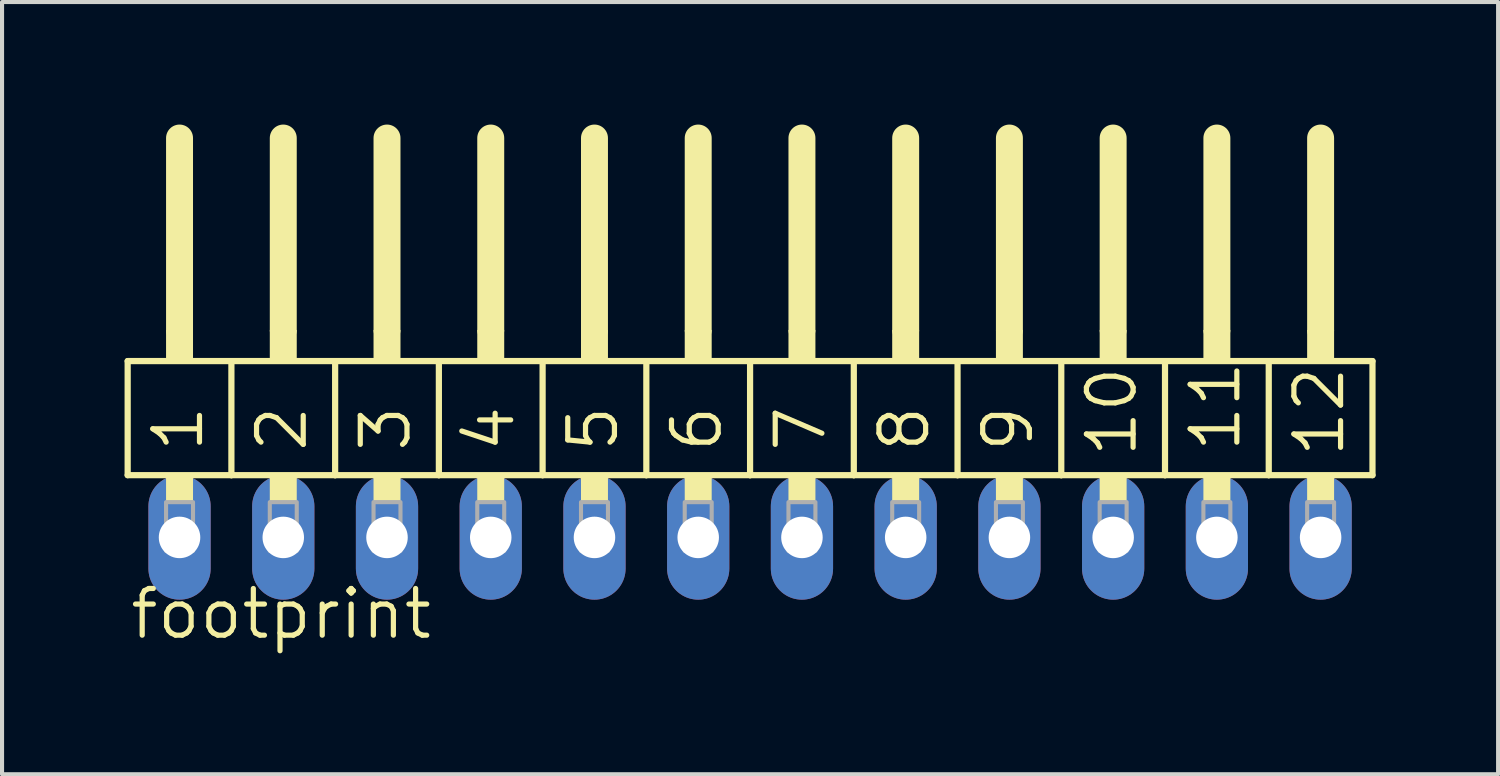
<source format=kicad_pcb>
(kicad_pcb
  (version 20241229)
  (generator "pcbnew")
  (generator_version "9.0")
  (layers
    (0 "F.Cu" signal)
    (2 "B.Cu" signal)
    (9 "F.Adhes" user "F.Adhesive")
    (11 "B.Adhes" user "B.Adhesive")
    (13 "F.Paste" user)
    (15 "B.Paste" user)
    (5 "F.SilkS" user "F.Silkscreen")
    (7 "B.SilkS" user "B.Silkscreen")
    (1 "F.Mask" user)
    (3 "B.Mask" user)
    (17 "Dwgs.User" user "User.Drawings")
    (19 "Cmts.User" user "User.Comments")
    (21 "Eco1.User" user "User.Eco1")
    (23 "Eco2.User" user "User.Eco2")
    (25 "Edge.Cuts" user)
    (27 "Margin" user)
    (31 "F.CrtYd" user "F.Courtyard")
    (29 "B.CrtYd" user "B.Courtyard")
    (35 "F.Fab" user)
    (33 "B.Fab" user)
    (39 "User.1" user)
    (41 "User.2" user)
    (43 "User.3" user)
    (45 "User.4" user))
  (footprint "footprint"
    (layer "F.Cu")
    (at 15.316 10.109)
    (property "Reference" "footprint" (at -15.24 2.54 0) (layer "F.SilkS") (effects (font (size 1.143 1.143) (thickness 0.127)) (justify left bottom)))
    (fp_line (start -15.24 -4.318) (end -12.7 -4.318) (stroke (width 0.152) (type solid)) (layer "F.SilkS"))
    (fp_line (start -15.24 -1.524) (end -15.24 -4.318) (stroke (width 0.152) (type solid)) (layer "F.SilkS"))
    (fp_line (start -13.97 -5.08) (end -13.97 -9.779) (stroke (width 0.66) (type solid)) (layer "F.SilkS"))
    (fp_line (start -12.7 -4.318) (end -10.16 -4.318) (stroke (width 0.152) (type solid)) (layer "F.SilkS"))
    (fp_line (start -12.7 -1.524) (end -15.24 -1.524) (stroke (width 0.152) (type solid)) (layer "F.SilkS"))
    (fp_line (start -12.7 -1.524) (end -12.7 -4.318) (stroke (width 0.152) (type solid)) (layer "F.SilkS"))
    (fp_line (start -12.7 -1.524) (end -10.16 -1.524) (stroke (width 0.152) (type solid)) (layer "F.SilkS"))
    (fp_line (start -11.43 -5.08) (end -11.43 -9.779) (stroke (width 0.66) (type solid)) (layer "F.SilkS"))
    (fp_line (start -10.16 -4.318) (end -7.62 -4.318) (stroke (width 0.152) (type solid)) (layer "F.SilkS"))
    (fp_line (start -10.16 -1.524) (end -10.16 -4.318) (stroke (width 0.152) (type solid)) (layer "F.SilkS"))
    (fp_line (start -8.89 -5.08) (end -8.89 -9.779) (stroke (width 0.66) (type solid)) (layer "F.SilkS"))
    (fp_line (start -7.62 -4.318) (end -5.08 -4.318) (stroke (width 0.152) (type solid)) (layer "F.SilkS"))
    (fp_line (start -7.62 -1.524) (end -10.16 -1.524) (stroke (width 0.152) (type solid)) (layer "F.SilkS"))
    (fp_line (start -7.62 -1.524) (end -7.62 -4.318) (stroke (width 0.152) (type solid)) (layer "F.SilkS"))
    (fp_line (start -6.35 -5.08) (end -6.35 -9.779) (stroke (width 0.66) (type solid)) (layer "F.SilkS"))
    (fp_line (start -5.08 -4.318) (end -2.54 -4.318) (stroke (width 0.152) (type solid)) (layer "F.SilkS"))
    (fp_line (start -5.08 -1.524) (end -7.62 -1.524) (stroke (width 0.152) (type solid)) (layer "F.SilkS"))
    (fp_line (start -5.08 -1.524) (end -5.08 -4.318) (stroke (width 0.152) (type solid)) (layer "F.SilkS"))
    (fp_line (start -3.81 -5.08) (end -3.81 -9.779) (stroke (width 0.66) (type solid)) (layer "F.SilkS"))
    (fp_line (start -2.54 -4.318) (end 0 -4.318) (stroke (width 0.152) (type solid)) (layer "F.SilkS"))
    (fp_line (start -2.54 -1.524) (end -5.08 -1.524) (stroke (width 0.152) (type solid)) (layer "F.SilkS"))
    (fp_line (start -2.54 -1.524) (end -2.54 -4.318) (stroke (width 0.152) (type solid)) (layer "F.SilkS"))
    (fp_line (start -1.27 -5.08) (end -1.27 -9.779) (stroke (width 0.66) (type solid)) (layer "F.SilkS"))
    (fp_line (start 0 -4.318) (end 2.54 -4.318) (stroke (width 0.152) (type solid)) (layer "F.SilkS"))
    (fp_line (start 0 -1.524) (end -2.54 -1.524) (stroke (width 0.152) (type solid)) (layer "F.SilkS"))
    (fp_line (start 0 -1.524) (end 0 -4.318) (stroke (width 0.152) (type solid)) (layer "F.SilkS"))
    (fp_line (start 0 -1.524) (end 2.54 -1.524) (stroke (width 0.152) (type solid)) (layer "F.SilkS"))
    (fp_line (start 1.27 -5.08) (end 1.27 -9.779) (stroke (width 0.66) (type solid)) (layer "F.SilkS"))
    (fp_line (start 2.54 -4.318) (end 5.08 -4.318) (stroke (width 0.152) (type solid)) (layer "F.SilkS"))
    (fp_line (start 2.54 -1.524) (end 2.54 -4.318) (stroke (width 0.152) (type solid)) (layer "F.SilkS"))
    (fp_line (start 3.81 -5.08) (end 3.81 -9.779) (stroke (width 0.66) (type solid)) (layer "F.SilkS"))
    (fp_line (start 5.08 -4.318) (end 7.62 -4.318) (stroke (width 0.152) (type solid)) (layer "F.SilkS"))
    (fp_line (start 5.08 -1.524) (end 2.54 -1.524) (stroke (width 0.152) (type solid)) (layer "F.SilkS"))
    (fp_line (start 5.08 -1.524) (end 5.08 -4.318) (stroke (width 0.152) (type solid)) (layer "F.SilkS"))
    (fp_line (start 6.35 -5.08) (end 6.35 -9.779) (stroke (width 0.66) (type solid)) (layer "F.SilkS"))
    (fp_line (start 7.62 -4.318) (end 10.16 -4.318) (stroke (width 0.152) (type solid)) (layer "F.SilkS"))
    (fp_line (start 7.62 -1.524) (end 5.08 -1.524) (stroke (width 0.152) (type solid)) (layer "F.SilkS"))
    (fp_line (start 7.62 -1.524) (end 7.62 -4.318) (stroke (width 0.152) (type solid)) (layer "F.SilkS"))
    (fp_line (start 8.89 -5.08) (end 8.89 -9.779) (stroke (width 0.66) (type solid)) (layer "F.SilkS"))
    (fp_line (start 10.16 -4.318) (end 12.7 -4.318) (stroke (width 0.152) (type solid)) (layer "F.SilkS"))
    (fp_line (start 10.16 -1.524) (end 7.62 -1.524) (stroke (width 0.152) (type solid)) (layer "F.SilkS"))
    (fp_line (start 10.16 -1.524) (end 10.16 -4.318) (stroke (width 0.152) (type solid)) (layer "F.SilkS"))
    (fp_line (start 11.43 -5.08) (end 11.43 -9.779) (stroke (width 0.66) (type solid)) (layer "F.SilkS"))
    (fp_line (start 12.7 -4.318) (end 15.24 -4.318) (stroke (width 0.152) (type solid)) (layer "F.SilkS"))
    (fp_line (start 12.7 -1.524) (end 10.16 -1.524) (stroke (width 0.152) (type solid)) (layer "F.SilkS"))
    (fp_line (start 12.7 -1.524) (end 12.7 -4.318) (stroke (width 0.152) (type solid)) (layer "F.SilkS"))
    (fp_line (start 12.7 -1.524) (end 15.24 -1.524) (stroke (width 0.152) (type solid)) (layer "F.SilkS"))
    (fp_line (start 13.97 -5.08) (end 13.97 -9.779) (stroke (width 0.66) (type solid)) (layer "F.SilkS"))
    (fp_line (start 15.24 -1.524) (end 15.24 -4.318) (stroke (width 0.152) (type solid)) (layer "F.SilkS"))
    (fp_poly (pts (xy -14.3 -4.318) (xy -13.64 -4.318) (xy -13.64 -5.08) (xy -14.3 -5.08)) (stroke (width 0) (type solid)) (fill yes) (layer "F.SilkS"))
    (fp_poly (pts (xy -14.3 -0.864) (xy -13.64 -0.864) (xy -13.64 -1.524) (xy -14.3 -1.524)) (stroke (width 0) (type solid)) (fill yes) (layer "F.SilkS"))
    (fp_poly (pts (xy -11.76 -4.318) (xy -11.1 -4.318) (xy -11.1 -5.08) (xy -11.76 -5.08)) (stroke (width 0) (type solid)) (fill yes) (layer "F.SilkS"))
    (fp_poly (pts (xy -11.76 -0.864) (xy -11.1 -0.864) (xy -11.1 -1.524) (xy -11.76 -1.524)) (stroke (width 0) (type solid)) (fill yes) (layer "F.SilkS"))
    (fp_poly (pts (xy -9.22 -4.318) (xy -8.56 -4.318) (xy -8.56 -5.08) (xy -9.22 -5.08)) (stroke (width 0) (type solid)) (fill yes) (layer "F.SilkS"))
    (fp_poly (pts (xy -9.22 -0.864) (xy -8.56 -0.864) (xy -8.56 -1.524) (xy -9.22 -1.524)) (stroke (width 0) (type solid)) (fill yes) (layer "F.SilkS"))
    (fp_poly (pts (xy -6.68 -4.318) (xy -6.02 -4.318) (xy -6.02 -5.08) (xy -6.68 -5.08)) (stroke (width 0) (type solid)) (fill yes) (layer "F.SilkS"))
    (fp_poly (pts (xy -6.68 -0.864) (xy -6.02 -0.864) (xy -6.02 -1.524) (xy -6.68 -1.524)) (stroke (width 0) (type solid)) (fill yes) (layer "F.SilkS"))
    (fp_poly (pts (xy -4.14 -4.318) (xy -3.48 -4.318) (xy -3.48 -5.08) (xy -4.14 -5.08)) (stroke (width 0) (type solid)) (fill yes) (layer "F.SilkS"))
    (fp_poly (pts (xy -4.14 -0.864) (xy -3.48 -0.864) (xy -3.48 -1.524) (xy -4.14 -1.524)) (stroke (width 0) (type solid)) (fill yes) (layer "F.SilkS"))
    (fp_poly (pts (xy -1.6 -4.318) (xy -0.94 -4.318) (xy -0.94 -5.08) (xy -1.6 -5.08)) (stroke (width 0) (type solid)) (fill yes) (layer "F.SilkS"))
    (fp_poly (pts (xy -1.6 -0.864) (xy -0.94 -0.864) (xy -0.94 -1.524) (xy -1.6 -1.524)) (stroke (width 0) (type solid)) (fill yes) (layer "F.SilkS"))
    (fp_poly (pts (xy 0.94 -4.318) (xy 1.6 -4.318) (xy 1.6 -5.08) (xy 0.94 -5.08)) (stroke (width 0) (type solid)) (fill yes) (layer "F.SilkS"))
    (fp_poly (pts (xy 0.94 -0.864) (xy 1.6 -0.864) (xy 1.6 -1.524) (xy 0.94 -1.524)) (stroke (width 0) (type solid)) (fill yes) (layer "F.SilkS"))
    (fp_poly (pts (xy 3.48 -4.318) (xy 4.14 -4.318) (xy 4.14 -5.08) (xy 3.48 -5.08)) (stroke (width 0) (type solid)) (fill yes) (layer "F.SilkS"))
    (fp_poly (pts (xy 3.48 -0.864) (xy 4.14 -0.864) (xy 4.14 -1.524) (xy 3.48 -1.524)) (stroke (width 0) (type solid)) (fill yes) (layer "F.SilkS"))
    (fp_poly (pts (xy 6.02 -4.318) (xy 6.68 -4.318) (xy 6.68 -5.08) (xy 6.02 -5.08)) (stroke (width 0) (type solid)) (fill yes) (layer "F.SilkS"))
    (fp_poly (pts (xy 6.02 -0.864) (xy 6.68 -0.864) (xy 6.68 -1.524) (xy 6.02 -1.524)) (stroke (width 0) (type solid)) (fill yes) (layer "F.SilkS"))
    (fp_poly (pts (xy 8.56 -4.318) (xy 9.22 -4.318) (xy 9.22 -5.08) (xy 8.56 -5.08)) (stroke (width 0) (type solid)) (fill yes) (layer "F.SilkS"))
    (fp_poly (pts (xy 8.56 -0.864) (xy 9.22 -0.864) (xy 9.22 -1.524) (xy 8.56 -1.524)) (stroke (width 0) (type solid)) (fill yes) (layer "F.SilkS"))
    (fp_poly (pts (xy 11.1 -4.318) (xy 11.76 -4.318) (xy 11.76 -5.08) (xy 11.1 -5.08)) (stroke (width 0) (type solid)) (fill yes) (layer "F.SilkS"))
    (fp_poly (pts (xy 11.1 -0.864) (xy 11.76 -0.864) (xy 11.76 -1.524) (xy 11.1 -1.524)) (stroke (width 0) (type solid)) (fill yes) (layer "F.SilkS"))
    (fp_poly (pts (xy 13.64 -4.318) (xy 14.3 -4.318) (xy 14.3 -5.08) (xy 13.64 -5.08)) (stroke (width 0) (type solid)) (fill yes) (layer "F.SilkS"))
    (fp_poly (pts (xy 13.64 -0.864) (xy 14.3 -0.864) (xy 14.3 -1.524) (xy 13.64 -1.524)) (stroke (width 0) (type solid)) (fill yes) (layer "F.SilkS"))
    (fp_poly (pts (xy -14.3 0.33) (xy -13.64 0.33) (xy -13.64 -0.864) (xy -14.3 -0.864)) (stroke (width 0.1) (type solid)) (fill no) (layer "F.Fab"))
    (fp_poly (pts (xy -11.76 0.33) (xy -11.1 0.33) (xy -11.1 -0.864) (xy -11.76 -0.864)) (stroke (width 0.1) (type solid)) (fill no) (layer "F.Fab"))
    (fp_poly (pts (xy -9.22 0.33) (xy -8.56 0.33) (xy -8.56 -0.864) (xy -9.22 -0.864)) (stroke (width 0.1) (type solid)) (fill no) (layer "F.Fab"))
    (fp_poly (pts (xy -6.68 0.33) (xy -6.02 0.33) (xy -6.02 -0.864) (xy -6.68 -0.864)) (stroke (width 0.1) (type solid)) (fill no) (layer "F.Fab"))
    (fp_poly (pts (xy -4.14 0.33) (xy -3.48 0.33) (xy -3.48 -0.864) (xy -4.14 -0.864)) (stroke (width 0.1) (type solid)) (fill no) (layer "F.Fab"))
    (fp_poly (pts (xy -1.6 0.33) (xy -0.94 0.33) (xy -0.94 -0.864) (xy -1.6 -0.864)) (stroke (width 0.1) (type solid)) (fill no) (layer "F.Fab"))
    (fp_poly (pts (xy 0.94 0.33) (xy 1.6 0.33) (xy 1.6 -0.864) (xy 0.94 -0.864)) (stroke (width 0.1) (type solid)) (fill no) (layer "F.Fab"))
    (fp_poly (pts (xy 3.48 0.33) (xy 4.14 0.33) (xy 4.14 -0.864) (xy 3.48 -0.864)) (stroke (width 0.1) (type solid)) (fill no) (layer "F.Fab"))
    (fp_poly (pts (xy 6.02 0.33) (xy 6.68 0.33) (xy 6.68 -0.864) (xy 6.02 -0.864)) (stroke (width 0.1) (type solid)) (fill no) (layer "F.Fab"))
    (fp_poly (pts (xy 8.56 0.33) (xy 9.22 0.33) (xy 9.22 -0.864) (xy 8.56 -0.864)) (stroke (width 0.1) (type solid)) (fill no) (layer "F.Fab"))
    (fp_poly (pts (xy 11.1 0.33) (xy 11.76 0.33) (xy 11.76 -0.864) (xy 11.1 -0.864)) (stroke (width 0.1) (type solid)) (fill no) (layer "F.Fab"))
    (fp_poly (pts (xy 13.64 0.33) (xy 14.3 0.33) (xy 14.3 -0.864) (xy 13.64 -0.864)) (stroke (width 0.1) (type solid)) (fill no) (layer "F.Fab"))
    (fp_text user "2" (at -10.795 -2.032 90) (layer "F.SilkS") (effects (font (size 1.143 1.143) (thickness 0.127)) (justify left bottom)))
    (fp_text user "3" (at -8.255 -2.032 90) (layer "F.SilkS") (effects (font (size 1.143 1.143) (thickness 0.127)) (justify left bottom)))
    (fp_text user "7" (at 1.905 -2.032 90) (layer "F.SilkS") (effects (font (size 1.143 1.143) (thickness 0.127)) (justify left bottom)))
    (fp_text user "4" (at -5.715 -2.032 90) (layer "F.SilkS") (effects (font (size 1.143 1.143) (thickness 0.127)) (justify left bottom)))
    (fp_text user "9" (at 6.985 -2.032 90) (layer "F.SilkS") (effects (font (size 1.143 1.143) (thickness 0.127)) (justify left bottom)))
    (fp_text user "11" (at 12.065 -2.032 90) (layer "F.SilkS") (effects (font (size 1.143 1.143) (thickness 0.127)) (justify left bottom)))
    (fp_text user "12" (at 14.605 -1.905 90) (layer "F.SilkS") (effects (font (size 1.143 1.143) (thickness 0.127)) (justify left bottom)))
    (fp_text user "5" (at -3.175 -2.032 90) (layer "F.SilkS") (effects (font (size 1.143 1.143) (thickness 0.127)) (justify left bottom)))
    (fp_text user "10" (at 9.525 -1.905 90) (layer "F.SilkS") (effects (font (size 1.143 1.143) (thickness 0.127)) (justify left bottom)))
    (fp_text user "1" (at -13.335 -2.032 90) (layer "F.SilkS") (effects (font (size 1.143 1.143) (thickness 0.127)) (justify left bottom)))
    (fp_text user "8" (at 4.445 -2.032 90) (layer "F.SilkS") (effects (font (size 1.143 1.143) (thickness 0.127)) (justify left bottom)))
    (fp_text user "6" (at -0.635 -2.032 90) (layer "F.SilkS") (effects (font (size 1.143 1.143) (thickness 0.127)) (justify left bottom)))
    (pad "1" thru_hole oval (at -13.97 0 90) (size 3.048 1.524) (drill 1.016) (layers "*.Cu" "*.Mask"))
    (pad "2" thru_hole oval (at -11.43 0 90) (size 3.048 1.524) (drill 1.016) (layers "*.Cu" "*.Mask"))
    (pad "3" thru_hole oval (at -8.89 0 90) (size 3.048 1.524) (drill 1.016) (layers "*.Cu" "*.Mask"))
    (pad "4" thru_hole oval (at -6.35 0 90) (size 3.048 1.524) (drill 1.016) (layers "*.Cu" "*.Mask"))
    (pad "5" thru_hole oval (at -3.81 0 90) (size 3.048 1.524) (drill 1.016) (layers "*.Cu" "*.Mask"))
    (pad "6" thru_hole oval (at -1.27 0 90) (size 3.048 1.524) (drill 1.016) (layers "*.Cu" "*.Mask"))
    (pad "7" thru_hole oval (at 1.27 0 90) (size 3.048 1.524) (drill 1.016) (layers "*.Cu" "*.Mask"))
    (pad "8" thru_hole oval (at 3.81 0 90) (size 3.048 1.524) (drill 1.016) (layers "*.Cu" "*.Mask"))
    (pad "9" thru_hole oval (at 6.35 0 90) (size 3.048 1.524) (drill 1.016) (layers "*.Cu" "*.Mask"))
    (pad "10" thru_hole oval (at 8.89 0 90) (size 3.048 1.524) (drill 1.016) (layers "*.Cu" "*.Mask"))
    (pad "11" thru_hole oval (at 11.43 0 90) (size 3.048 1.524) (drill 1.016) (layers "*.Cu" "*.Mask"))
    (pad "12" thru_hole oval (at 13.97 0 90) (size 3.048 1.524) (drill 1.016) (layers "*.Cu" "*.Mask")))
  (gr_rect
    (start -3 -3)
    (end 33.632 15.908)
    (stroke (width 0.1) (type default))
    (fill no)
    (layer "Edge.Cuts")))
</source>
